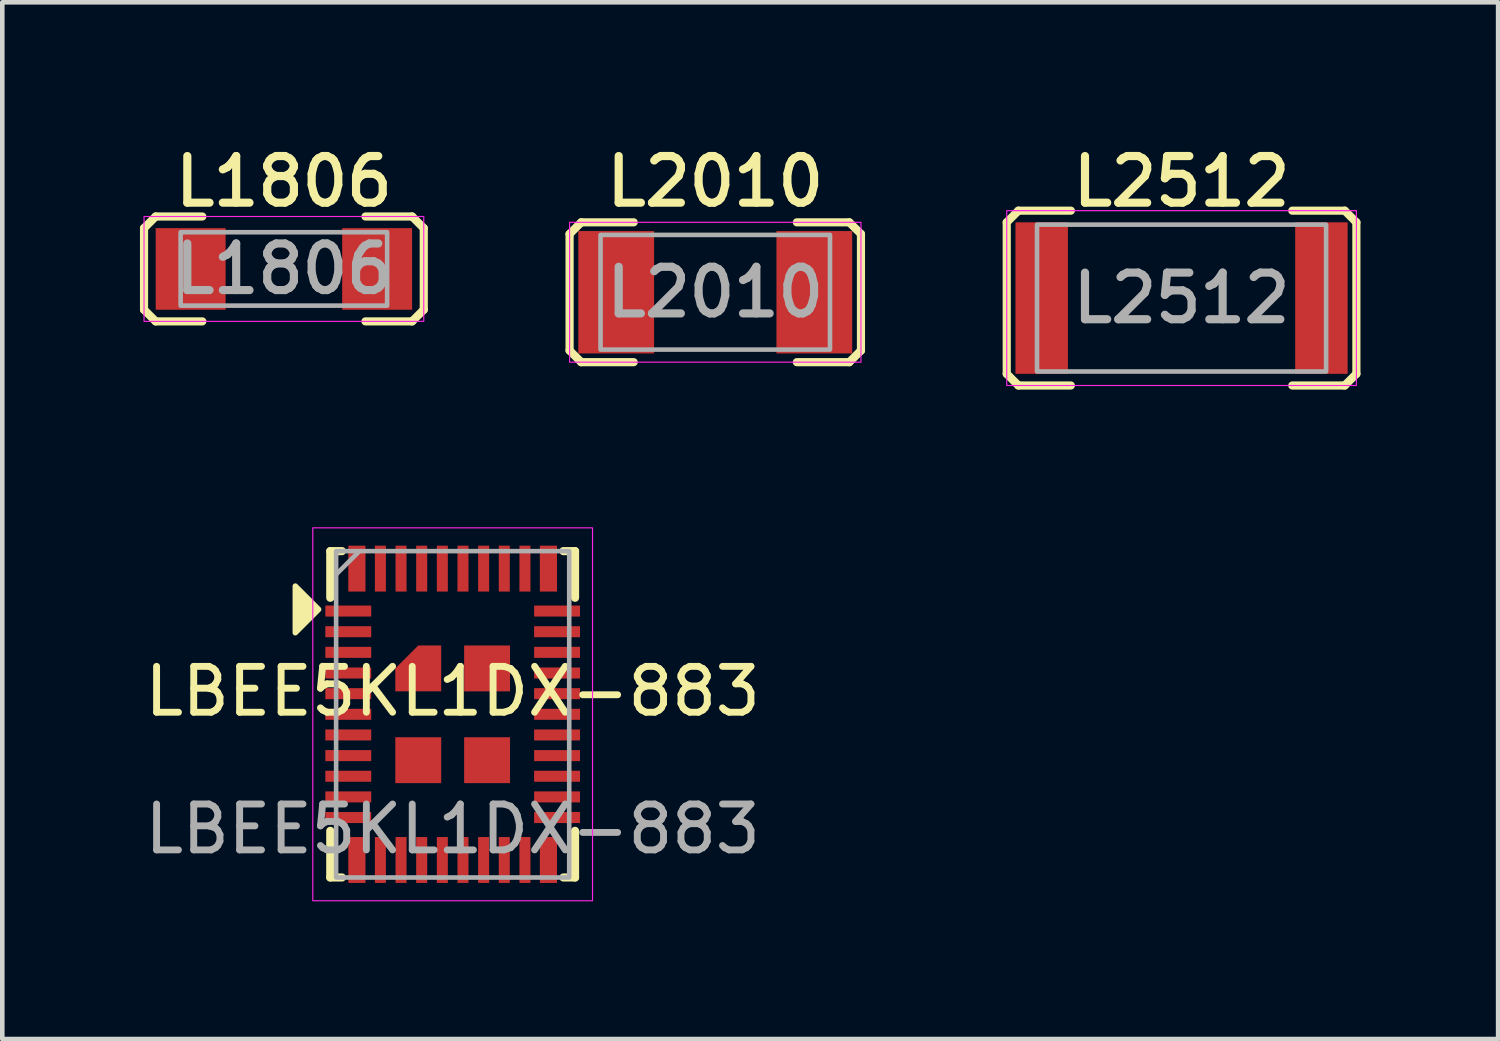
<source format=kicad_pcb>
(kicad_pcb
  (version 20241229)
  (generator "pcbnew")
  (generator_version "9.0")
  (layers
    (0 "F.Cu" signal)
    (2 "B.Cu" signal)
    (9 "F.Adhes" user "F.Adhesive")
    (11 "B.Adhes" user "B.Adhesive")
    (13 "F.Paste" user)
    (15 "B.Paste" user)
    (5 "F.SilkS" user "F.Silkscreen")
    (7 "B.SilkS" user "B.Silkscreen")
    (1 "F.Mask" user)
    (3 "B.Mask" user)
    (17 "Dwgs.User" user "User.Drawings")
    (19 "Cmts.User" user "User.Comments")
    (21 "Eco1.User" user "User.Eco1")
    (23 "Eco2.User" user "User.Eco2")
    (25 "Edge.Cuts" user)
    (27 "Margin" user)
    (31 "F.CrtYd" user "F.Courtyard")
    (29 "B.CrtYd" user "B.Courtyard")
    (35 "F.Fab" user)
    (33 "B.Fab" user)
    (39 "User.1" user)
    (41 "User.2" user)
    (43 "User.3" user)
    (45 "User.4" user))
  (footprint "L2512"
    (layer "F.Cu")
    (at 22.7 3.446)
    (property "Reference" "L2512" (at 0 -2.54 0) (unlocked yes) (layer "F.SilkS") (effects (font (size 1.016 1.016) (thickness 0.178))))
    (attr smd)
    (fp_line (start -3.81 -1.651) (end -3.556 -1.905) (stroke (width 0.178) (type solid)) (layer "F.SilkS"))
    (fp_line (start -3.81 1.651) (end -3.81 -1.651) (stroke (width 0.178) (type solid)) (layer "F.SilkS"))
    (fp_line (start -3.556 -1.905) (end -2.413 -1.905) (stroke (width 0.178) (type solid)) (layer "F.SilkS"))
    (fp_line (start -3.556 1.905) (end -2.413 1.905) (stroke (width 0.178) (type solid)) (layer "F.SilkS"))
    (fp_line (start -3.556 1.905) (end -3.81 1.651) (stroke (width 0.178) (type solid)) (layer "F.SilkS"))
    (fp_line (start 2.413 -1.905) (end 3.556 -1.905) (stroke (width 0.178) (type solid)) (layer "F.SilkS"))
    (fp_line (start 2.413 1.905) (end 3.556 1.905) (stroke (width 0.178) (type solid)) (layer "F.SilkS"))
    (fp_line (start 3.556 -1.905) (end 3.81 -1.651) (stroke (width 0.178) (type solid)) (layer "F.SilkS"))
    (fp_line (start 3.556 1.905) (end 3.81 1.651) (stroke (width 0.178) (type solid)) (layer "F.SilkS"))
    (fp_line (start 3.81 1.651) (end 3.81 -1.651) (stroke (width 0.178) (type solid)) (layer "F.SilkS"))
    (fp_rect (start -3.81 1.905) (end 3.81 -1.905) (stroke (width 0.025) (type solid)) (fill no) (layer "F.CrtYd"))
    (fp_rect (start -3.15 -1.6) (end 3.15 1.6) (stroke (width 0.1) (type solid)) (fill no) (layer "F.Fab"))
    (fp_text user "${REFERENCE}" (at 0 0 0) (unlocked yes) (layer "F.Fab") (effects (font (size 1.016 1.016) (thickness 0.178))))
    (pad "1" smd rect (at -3.048 0) (size 1.143 3.302) (layers "F.Cu" "F.Mask" "F.Paste"))
    (pad "2" smd rect (at 3.048 0) (size 1.143 3.302) (layers "F.Cu" "F.Mask" "F.Paste")))
  (footprint "L1806"
    (layer "F.Cu")
    (at 3.137 2.811)
    (property "Reference" "L1806" (at 0 -1.905 0) (unlocked yes) (layer "F.SilkS") (effects (font (size 1.016 1.016) (thickness 0.178))))
    (attr smd)
    (fp_line (start -3.048 -0.889) (end -2.794 -1.143) (stroke (width 0.178) (type solid)) (layer "F.SilkS"))
    (fp_line (start -3.048 0.889) (end -3.048 -0.889) (stroke (width 0.178) (type solid)) (layer "F.SilkS"))
    (fp_line (start -2.794 -1.143) (end -1.778 -1.143) (stroke (width 0.178) (type solid)) (layer "F.SilkS"))
    (fp_line (start -2.794 1.143) (end -3.048 0.889) (stroke (width 0.178) (type solid)) (layer "F.SilkS"))
    (fp_line (start -2.794 1.143) (end -1.778 1.143) (stroke (width 0.178) (type solid)) (layer "F.SilkS"))
    (fp_line (start 1.778 -1.143) (end 2.794 -1.143) (stroke (width 0.178) (type solid)) (layer "F.SilkS"))
    (fp_line (start 1.778 1.143) (end 2.794 1.143) (stroke (width 0.178) (type solid)) (layer "F.SilkS"))
    (fp_line (start 2.794 -1.143) (end 3.048 -0.889) (stroke (width 0.178) (type solid)) (layer "F.SilkS"))
    (fp_line (start 2.794 1.143) (end 3.048 0.889) (stroke (width 0.178) (type solid)) (layer "F.SilkS"))
    (fp_line (start 3.048 0.889) (end 3.048 -0.889) (stroke (width 0.178) (type solid)) (layer "F.SilkS"))
    (fp_rect (start -3.048 -1.143) (end 3.048 1.143) (stroke (width 0.025) (type solid)) (fill no) (layer "F.CrtYd"))
    (fp_rect (start -2.25 -0.8) (end 2.25 0.8) (stroke (width 0.1) (type solid)) (fill no) (layer "F.Fab"))
    (fp_text user "${REFERENCE}" (at 0 0 0) (unlocked yes) (layer "F.Fab") (effects (font (size 1.016 1.016) (thickness 0.178))))
    (pad "1" smd rect (at -2.032 0) (size 1.524 1.778) (layers "F.Cu" "F.Mask" "F.Paste"))
    (pad "2" smd rect (at 2.032 0) (size 1.524 1.778) (layers "F.Cu" "F.Mask" "F.Paste")))
  (footprint "LBEE5KL1DX-883"
    (layer "F.Cu")
    (at 6.815 12.517)
    (property "Reference" "LBEE5KL1DX-883" (at 0 -0.5 0) (unlocked yes) (layer "F.SilkS") (effects (font (size 1 1) (thickness 0.15))))
    (fp_line (start -2.667 -3.556) (end -2.413 -3.556) (stroke (width 0.178) (type solid)) (layer "F.SilkS"))
    (fp_line (start -2.667 -2.54) (end -2.667 -3.556) (stroke (width 0.178) (type solid)) (layer "F.SilkS"))
    (fp_line (start -2.667 2.54) (end -2.667 3.556) (stroke (width 0.178) (type solid)) (layer "F.SilkS"))
    (fp_line (start -2.667 3.556) (end -2.413 3.556) (stroke (width 0.178) (type solid)) (layer "F.SilkS"))
    (fp_line (start 2.413 3.556) (end 2.667 3.556) (stroke (width 0.178) (type solid)) (layer "F.SilkS"))
    (fp_line (start 2.667 -3.556) (end 2.413 -3.556) (stroke (width 0.178) (type solid)) (layer "F.SilkS"))
    (fp_line (start 2.667 -2.54) (end 2.667 -3.556) (stroke (width 0.178) (type solid)) (layer "F.SilkS"))
    (fp_line (start 2.667 3.556) (end 2.667 2.54) (stroke (width 0.178) (type solid)) (layer "F.SilkS"))
    (fp_poly (pts (xy -2.921 -2.286) (xy -3.429 -1.778) (xy -3.429 -2.794)) (stroke (width 0.12) (type solid)) (fill yes) (layer "F.SilkS"))
    (fp_rect (start -3.048 4.064) (end 3.048 -4.064) (stroke (width 0.025) (type solid)) (fill no) (layer "F.CrtYd"))
    (fp_line (start -2.54 -3.048) (end -2.032 -3.556) (stroke (width 0.1) (type solid)) (layer "F.Fab"))
    (fp_rect (start -2.54 -3.556) (end 2.54 3.556) (stroke (width 0.1) (type solid)) (fill no) (layer "F.Fab"))
    (fp_text user "${REFERENCE}" (at 0 2.5 0) (unlocked yes) (layer "F.Fab") (effects (font (size 1 1) (thickness 0.15))))
    (pad "1" smd rect (at -2.275 -2.25) (size 1 0.24) (layers "F.Cu" "F.Mask" "F.Paste"))
    (pad "2" smd rect (at -2.275 -1.8) (size 1 0.24) (layers "F.Cu" "F.Mask" "F.Paste"))
    (pad "3" smd rect (at -2.275 -1.35) (size 1 0.24) (layers "F.Cu" "F.Mask" "F.Paste"))
    (pad "4" smd rect (at -2.275 -0.9) (size 1 0.24) (layers "F.Cu" "F.Mask" "F.Paste"))
    (pad "5" smd rect (at -2.275 -0.45) (size 1 0.24) (layers "F.Cu" "F.Mask" "F.Paste"))
    (pad "6" smd rect (at -2.275 0) (size 1 0.24) (layers "F.Cu" "F.Mask" "F.Paste"))
    (pad "7" smd rect (at -2.275 0.45) (size 1 0.24) (layers "F.Cu" "F.Mask" "F.Paste"))
    (pad "8" smd rect (at -2.275 0.9) (size 1 0.24) (layers "F.Cu" "F.Mask" "F.Paste"))
    (pad "9" smd rect (at -2.275 1.35) (size 1 0.24) (layers "F.Cu" "F.Mask" "F.Paste"))
    (pad "10" smd rect (at -2.275 1.8) (size 1 0.24) (layers "F.Cu" "F.Mask" "F.Paste"))
    (pad "11" smd rect (at -2.275 2.25) (size 1 0.24) (layers "F.Cu" "F.Mask" "F.Paste"))
    (pad "12" smd rect (at -2.087 3.175) (size 0.374 1) (layers "F.Cu" "F.Mask" "F.Paste"))
    (pad "13" smd rect (at -1.575 3.175 90) (size 1 0.24) (layers "F.Cu" "F.Mask" "F.Paste"))
    (pad "14" smd rect (at -1.125 3.175 90) (size 1 0.24) (layers "F.Cu" "F.Mask" "F.Paste"))
    (pad "15" smd rect (at -0.675 3.175 90) (size 1 0.24) (layers "F.Cu" "F.Mask" "F.Paste"))
    (pad "16" smd rect (at -0.225 3.175 90) (size 1 0.24) (layers "F.Cu" "F.Mask" "F.Paste"))
    (pad "17" smd rect (at 0.225 3.175 90) (size 1 0.24) (layers "F.Cu" "F.Mask" "F.Paste"))
    (pad "18" smd rect (at 0.675 3.175 90) (size 1 0.24) (layers "F.Cu" "F.Mask" "F.Paste"))
    (pad "19" smd rect (at 1.125 3.175 90) (size 1 0.24) (layers "F.Cu" "F.Mask" "F.Paste"))
    (pad "20" smd rect (at 1.575 3.175 90) (size 1 0.24) (layers "F.Cu" "F.Mask" "F.Paste"))
    (pad "21" smd rect (at 2.087 3.175) (size 0.374 1) (layers "F.Cu" "F.Mask" "F.Paste"))
    (pad "22" smd rect (at 2.275 2.25) (size 1 0.24) (layers "F.Cu" "F.Mask" "F.Paste"))
    (pad "23" smd rect (at 2.275 1.8) (size 1 0.24) (layers "F.Cu" "F.Mask" "F.Paste"))
    (pad "24" smd rect (at 2.275 1.35) (size 1 0.24) (layers "F.Cu" "F.Mask" "F.Paste"))
    (pad "25" smd rect (at 2.275 0.9) (size 1 0.24) (layers "F.Cu" "F.Mask" "F.Paste"))
    (pad "26" smd rect (at 2.275 0.45) (size 1 0.24) (layers "F.Cu" "F.Mask" "F.Paste"))
    (pad "27" smd rect (at 2.275 0) (size 1 0.24) (layers "F.Cu" "F.Mask" "F.Paste"))
    (pad "28" smd rect (at 2.275 -0.45) (size 1 0.24) (layers "F.Cu" "F.Mask" "F.Paste"))
    (pad "29" smd rect (at 2.275 -0.9) (size 1 0.24) (layers "F.Cu" "F.Mask" "F.Paste"))
    (pad "30" smd rect (at 2.275 -1.35) (size 1 0.24) (layers "F.Cu" "F.Mask" "F.Paste"))
    (pad "31" smd rect (at 2.275 -1.8) (size 1 0.24) (layers "F.Cu" "F.Mask" "F.Paste"))
    (pad "32" smd rect (at 2.275 -2.25) (size 1 0.24) (layers "F.Cu" "F.Mask" "F.Paste"))
    (pad "33" smd rect (at 2.087 -3.175) (size 0.374 1) (layers "F.Cu" "F.Mask" "F.Paste"))
    (pad "34" smd rect (at 1.575 -3.175 90) (size 1 0.24) (layers "F.Cu" "F.Mask" "F.Paste"))
    (pad "35" smd rect (at 1.125 -3.175 90) (size 1 0.24) (layers "F.Cu" "F.Mask" "F.Paste"))
    (pad "36" smd rect (at 0.675 -3.175 90) (size 1 0.24) (layers "F.Cu" "F.Mask" "F.Paste"))
    (pad "37" smd rect (at 0.225 -3.175 90) (size 1 0.24) (layers "F.Cu" "F.Mask" "F.Paste"))
    (pad "38" smd rect (at -0.225 -3.175 90) (size 1 0.24) (layers "F.Cu" "F.Mask" "F.Paste"))
    (pad "39" smd rect (at -0.675 -3.175 90) (size 1 0.24) (layers "F.Cu" "F.Mask" "F.Paste"))
    (pad "40" smd rect (at -1.125 -3.175 90) (size 1 0.24) (layers "F.Cu" "F.Mask" "F.Paste"))
    (pad "41" smd rect (at -1.575 -3.175 90) (size 1 0.24) (layers "F.Cu" "F.Mask" "F.Paste"))
    (pad "42" smd rect (at -2.087 -3.175) (size 0.374 1) (layers "F.Cu" "F.Mask" "F.Paste"))
    (pad "43" smd roundrect (at -0.75 -1) (size 1 1) (layers "F.Cu" "F.Mask" "F.Paste") (roundrect_rratio 0) (chamfer_ratio 0.5) (chamfer top_left))
    (pad "43" smd rect (at -0.75 1) (size 1 1) (layers "F.Cu" "F.Mask" "F.Paste"))
    (pad "43" smd rect (at 0.75 -1) (size 1 1) (layers "F.Cu" "F.Mask" "F.Paste"))
    (pad "43" smd rect (at 0.75 1) (size 1 1) (layers "F.Cu" "F.Mask" "F.Paste")))
  (footprint "L2010"
    (layer "F.Cu")
    (at 12.538 3.319)
    (property "Reference" "L2010" (at 0 -2.413 0) (unlocked yes) (layer "F.SilkS") (effects (font (size 1.016 1.016) (thickness 0.178))))
    (attr smd)
    (fp_line (start -3.175 -1.27) (end -2.921 -1.524) (stroke (width 0.178) (type solid)) (layer "F.SilkS"))
    (fp_line (start -3.175 1.27) (end -3.175 -1.27) (stroke (width 0.178) (type solid)) (layer "F.SilkS"))
    (fp_line (start -2.921 -1.524) (end -1.778 -1.524) (stroke (width 0.178) (type solid)) (layer "F.SilkS"))
    (fp_line (start -2.921 1.524) (end -3.175 1.27) (stroke (width 0.178) (type solid)) (layer "F.SilkS"))
    (fp_line (start -2.921 1.524) (end -1.778 1.524) (stroke (width 0.178) (type solid)) (layer "F.SilkS"))
    (fp_line (start 1.778 -1.524) (end 2.921 -1.524) (stroke (width 0.178) (type solid)) (layer "F.SilkS"))
    (fp_line (start 1.778 1.524) (end 2.921 1.524) (stroke (width 0.178) (type solid)) (layer "F.SilkS"))
    (fp_line (start 2.921 -1.524) (end 3.175 -1.27) (stroke (width 0.178) (type solid)) (layer "F.SilkS"))
    (fp_line (start 2.921 1.524) (end 3.175 1.27) (stroke (width 0.178) (type solid)) (layer "F.SilkS"))
    (fp_line (start 3.175 1.27) (end 3.175 -1.27) (stroke (width 0.178) (type solid)) (layer "F.SilkS"))
    (fp_rect (start -3.175 -1.524) (end 3.175 1.524) (stroke (width 0.025) (type solid)) (fill no) (layer "F.CrtYd"))
    (fp_rect (start -2.5 -1.25) (end 2.5 1.25) (stroke (width 0.1) (type solid)) (fill no) (layer "F.Fab"))
    (fp_text user "${REFERENCE}" (at 0 0 0) (unlocked yes) (layer "F.Fab") (effects (font (size 1.016 1.016) (thickness 0.178))))
    (pad "1" smd rect (at -2.159 0) (size 1.651 2.667) (layers "F.Cu" "F.Mask" "F.Paste"))
    (pad "2" smd rect (at 2.159 0) (size 1.651 2.667) (layers "F.Cu" "F.Mask" "F.Paste")))
  (gr_rect
    (start -3 -3)
    (end 29.599 19.594)
    (stroke (width 0.1) (type default))
    (fill no)
    (layer "Edge.Cuts")))
</source>
